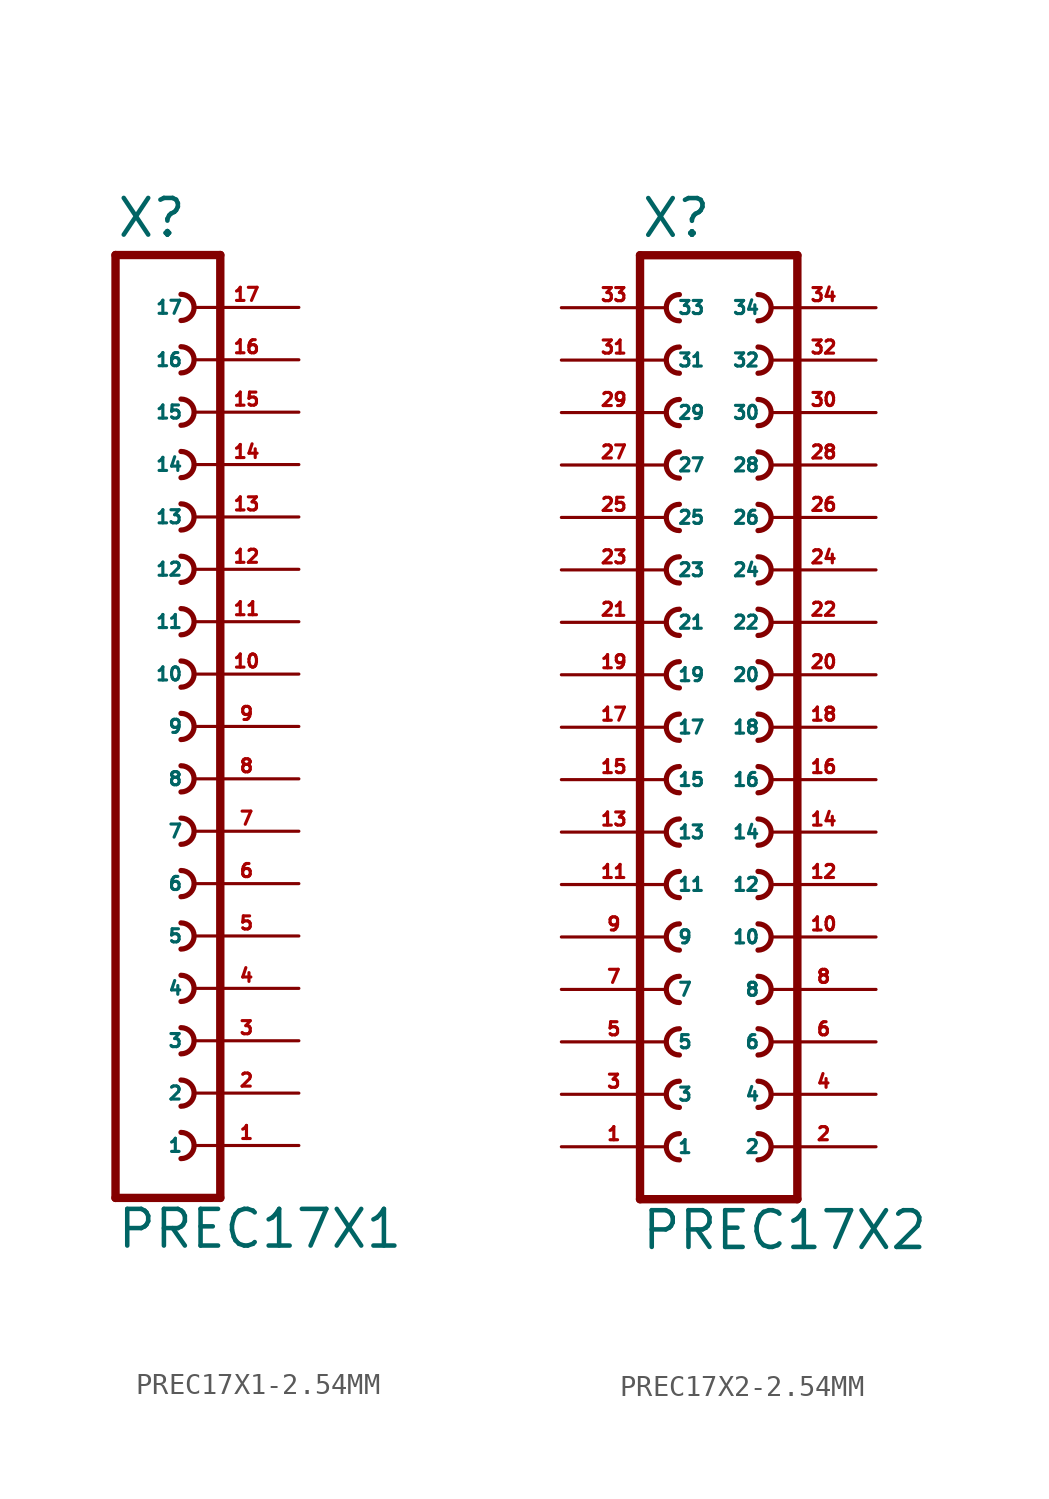
<source format=kicad_sym>
(kicad_symbol_lib
  (version 20220914)
  (generator Eagle2Kicad)
  (symbol "PREC17X1-2.54MM"
    (property "Reference" "X"
      (at -1.27 23.622 0)
      (effects (font (size 1.778 1.778) (thickness 0.22)) (justify left bottom)))
    (property "Value" "PREC17X1"
      (at -1.27 -25.4 0)
      (effects (font (size 1.778 1.778) (thickness 0.22)) (justify left bottom)))
    (polyline
      (pts (xy 3.81 -22.86) (xy -1.27 -22.86))
      (stroke (width 0.406) (type default))
      (fill (type none)))
    (arc
      (start 1.905 -13.335)
      (mid 2.540 -12.700)
      (end 1.905 -12.065)
      (stroke (width 0.254) (type default))
      (fill (type none)))
    (arc
      (start 1.905 -15.875)
      (mid 2.540 -15.240)
      (end 1.905 -14.605)
      (stroke (width 0.254) (type default))
      (fill (type none)))
    (arc
      (start 1.905 -18.415)
      (mid 2.540 -17.780)
      (end 1.905 -17.145)
      (stroke (width 0.254) (type default))
      (fill (type none)))
    (arc
      (start 1.905 -8.255)
      (mid 2.540 -7.620)
      (end 1.905 -6.985)
      (stroke (width 0.254) (type default))
      (fill (type none)))
    (arc
      (start 1.905 -10.795)
      (mid 2.540 -10.160)
      (end 1.905 -9.525)
      (stroke (width 0.254) (type default))
      (fill (type none)))
    (arc
      (start 1.905 -0.635)
      (mid 2.540 0.000)
      (end 1.905 0.635)
      (stroke (width 0.254) (type default))
      (fill (type none)))
    (arc
      (start 1.905 -3.175)
      (mid 2.540 -2.540)
      (end 1.905 -1.905)
      (stroke (width 0.254) (type default))
      (fill (type none)))
    (arc
      (start 1.905 -5.715)
      (mid 2.540 -5.080)
      (end 1.905 -4.445)
      (stroke (width 0.254) (type default))
      (fill (type none)))
    (arc
      (start 1.905 4.445)
      (mid 2.540 5.080)
      (end 1.905 5.715)
      (stroke (width 0.254) (type default))
      (fill (type none)))
    (arc
      (start 1.905 1.905)
      (mid 2.540 2.540)
      (end 1.905 3.175)
      (stroke (width 0.254) (type default))
      (fill (type none)))
    (arc
      (start 1.905 12.065)
      (mid 2.540 12.700)
      (end 1.905 13.335)
      (stroke (width 0.254) (type default))
      (fill (type none)))
    (arc
      (start 1.905 9.525)
      (mid 2.540 10.160)
      (end 1.905 10.795)
      (stroke (width 0.254) (type default))
      (fill (type none)))
    (arc
      (start 1.905 6.985)
      (mid 2.540 7.620)
      (end 1.905 8.255)
      (stroke (width 0.254) (type default))
      (fill (type none)))
    (arc
      (start 1.905 17.145)
      (mid 2.540 17.780)
      (end 1.905 18.415)
      (stroke (width 0.254) (type default))
      (fill (type none)))
    (arc
      (start 1.905 14.605)
      (mid 2.540 15.240)
      (end 1.905 15.875)
      (stroke (width 0.254) (type default))
      (fill (type none)))
    (polyline
      (pts (xy -1.27 22.86) (xy -1.27 -22.86))
      (stroke (width 0.406) (type default))
      (fill (type none)))
    (polyline
      (pts (xy 3.81 -22.86) (xy 3.81 22.86))
      (stroke (width 0.406) (type default))
      (fill (type none)))
    (polyline
      (pts (xy -1.27 22.86) (xy 3.81 22.86))
      (stroke (width 0.406) (type default))
      (fill (type none)))
    (arc
      (start 1.905 19.685)
      (mid 2.540 20.320)
      (end 1.905 20.955)
      (stroke (width 0.254) (type default))
      (fill (type none)))
    (arc
      (start 1.905 -20.955)
      (mid 2.540 -20.320)
      (end 1.905 -19.685)
      (stroke (width 0.254) (type default))
      (fill (type none)))
    (pin passive line
      (at 7.62 -20.32 180)
      (length 5.08)
      (name "1" (effects (font (size 0.635 0.635) (thickness 0.08)) (justify left bottom)))
      (number "1" (effects (font (size 0.635 0.635) (thickness 0.08)) (justify left bottom))))
    (pin passive line
      (at 7.62 -17.78 180)
      (length 5.08)
      (name "2" (effects (font (size 0.635 0.635) (thickness 0.08)) (justify left bottom)))
      (number "2" (effects (font (size 0.635 0.635) (thickness 0.08)) (justify left bottom))))
    (pin passive line
      (at 7.62 -15.24 180)
      (length 5.08)
      (name "3" (effects (font (size 0.635 0.635) (thickness 0.08)) (justify left bottom)))
      (number "3" (effects (font (size 0.635 0.635) (thickness 0.08)) (justify left bottom))))
    (pin passive line
      (at 7.62 -12.7 180)
      (length 5.08)
      (name "4" (effects (font (size 0.635 0.635) (thickness 0.08)) (justify left bottom)))
      (number "4" (effects (font (size 0.635 0.635) (thickness 0.08)) (justify left bottom))))
    (pin passive line
      (at 7.62 -10.16 180)
      (length 5.08)
      (name "5" (effects (font (size 0.635 0.635) (thickness 0.08)) (justify left bottom)))
      (number "5" (effects (font (size 0.635 0.635) (thickness 0.08)) (justify left bottom))))
    (pin passive line
      (at 7.62 -7.62 180)
      (length 5.08)
      (name "6" (effects (font (size 0.635 0.635) (thickness 0.08)) (justify left bottom)))
      (number "6" (effects (font (size 0.635 0.635) (thickness 0.08)) (justify left bottom))))
    (pin passive line
      (at 7.62 -5.08 180)
      (length 5.08)
      (name "7" (effects (font (size 0.635 0.635) (thickness 0.08)) (justify left bottom)))
      (number "7" (effects (font (size 0.635 0.635) (thickness 0.08)) (justify left bottom))))
    (pin passive line
      (at 7.62 -2.54 180)
      (length 5.08)
      (name "8" (effects (font (size 0.635 0.635) (thickness 0.08)) (justify left bottom)))
      (number "8" (effects (font (size 0.635 0.635) (thickness 0.08)) (justify left bottom))))
    (pin passive line
      (at 7.62 0 180)
      (length 5.08)
      (name "9" (effects (font (size 0.635 0.635) (thickness 0.08)) (justify left bottom)))
      (number "9" (effects (font (size 0.635 0.635) (thickness 0.08)) (justify left bottom))))
    (pin passive line
      (at 7.62 2.54 180)
      (length 5.08)
      (name "10" (effects (font (size 0.635 0.635) (thickness 0.08)) (justify left bottom)))
      (number "10" (effects (font (size 0.635 0.635) (thickness 0.08)) (justify left bottom))))
    (pin passive line
      (at 7.62 5.08 180)
      (length 5.08)
      (name "11" (effects (font (size 0.635 0.635) (thickness 0.08)) (justify left bottom)))
      (number "11" (effects (font (size 0.635 0.635) (thickness 0.08)) (justify left bottom))))
    (pin passive line
      (at 7.62 7.62 180)
      (length 5.08)
      (name "12" (effects (font (size 0.635 0.635) (thickness 0.08)) (justify left bottom)))
      (number "12" (effects (font (size 0.635 0.635) (thickness 0.08)) (justify left bottom))))
    (pin passive line
      (at 7.62 10.16 180)
      (length 5.08)
      (name "13" (effects (font (size 0.635 0.635) (thickness 0.08)) (justify left bottom)))
      (number "13" (effects (font (size 0.635 0.635) (thickness 0.08)) (justify left bottom))))
    (pin passive line
      (at 7.62 12.7 180)
      (length 5.08)
      (name "14" (effects (font (size 0.635 0.635) (thickness 0.08)) (justify left bottom)))
      (number "14" (effects (font (size 0.635 0.635) (thickness 0.08)) (justify left bottom))))
    (pin passive line
      (at 7.62 15.24 180)
      (length 5.08)
      (name "15" (effects (font (size 0.635 0.635) (thickness 0.08)) (justify left bottom)))
      (number "15" (effects (font (size 0.635 0.635) (thickness 0.08)) (justify left bottom))))
    (pin passive line
      (at 7.62 17.78 180)
      (length 5.08)
      (name "16" (effects (font (size 0.635 0.635) (thickness 0.08)) (justify left bottom)))
      (number "16" (effects (font (size 0.635 0.635) (thickness 0.08)) (justify left bottom))))
    (pin passive line
      (at 7.62 20.32 180)
      (length 5.08)
      (name "17" (effects (font (size 0.635 0.635) (thickness 0.08)) (justify left bottom)))
      (number "17" (effects (font (size 0.635 0.635) (thickness 0.08)) (justify left bottom)))))
  (symbol "PREC17X2-2.54MM"
    (property "Reference" "X"
      (at -3.81 23.622 0)
      (effects (font (size 1.778 1.778) (thickness 0.22)) (justify left bottom)))
    (property "Value" "PREC17X2"
      (at -3.81 -25.4 0)
      (effects (font (size 1.778 1.778) (thickness 0.22)) (justify left bottom)))
    (polyline
      (pts (xy 3.81 -22.86) (xy -3.81 -22.86))
      (stroke (width 0.406) (type default))
      (fill (type none)))
    (arc
      (start -1.905 -14.605)
      (mid -2.540 -15.240)
      (end -1.905 -15.875)
      (stroke (width 0.254) (type default))
      (fill (type none)))
    (arc
      (start -1.905 -17.145)
      (mid -2.540 -17.780)
      (end -1.905 -18.415)
      (stroke (width 0.254) (type default))
      (fill (type none)))
    (arc
      (start -1.905 -19.685)
      (mid -2.540 -20.320)
      (end -1.905 -20.955)
      (stroke (width 0.254) (type default))
      (fill (type none)))
    (arc
      (start 1.905 -15.875)
      (mid 2.540 -15.240)
      (end 1.905 -14.605)
      (stroke (width 0.254) (type default))
      (fill (type none)))
    (arc
      (start 1.905 -18.415)
      (mid 2.540 -17.780)
      (end 1.905 -17.145)
      (stroke (width 0.254) (type default))
      (fill (type none)))
    (arc
      (start 1.905 -20.955)
      (mid 2.540 -20.320)
      (end 1.905 -19.685)
      (stroke (width 0.254) (type default))
      (fill (type none)))
    (arc
      (start -1.905 -9.525)
      (mid -2.540 -10.160)
      (end -1.905 -10.795)
      (stroke (width 0.254) (type default))
      (fill (type none)))
    (arc
      (start -1.905 -12.065)
      (mid -2.540 -12.700)
      (end -1.905 -13.335)
      (stroke (width 0.254) (type default))
      (fill (type none)))
    (arc
      (start 1.905 -10.795)
      (mid 2.540 -10.160)
      (end 1.905 -9.525)
      (stroke (width 0.254) (type default))
      (fill (type none)))
    (arc
      (start 1.905 -13.335)
      (mid 2.540 -12.700)
      (end 1.905 -12.065)
      (stroke (width 0.254) (type default))
      (fill (type none)))
    (arc
      (start -1.905 -1.905)
      (mid -2.540 -2.540)
      (end -1.905 -3.175)
      (stroke (width 0.254) (type default))
      (fill (type none)))
    (arc
      (start -1.905 -4.445)
      (mid -2.540 -5.080)
      (end -1.905 -5.715)
      (stroke (width 0.254) (type default))
      (fill (type none)))
    (arc
      (start -1.905 -6.985)
      (mid -2.540 -7.620)
      (end -1.905 -8.255)
      (stroke (width 0.254) (type default))
      (fill (type none)))
    (arc
      (start 1.905 -3.175)
      (mid 2.540 -2.540)
      (end 1.905 -1.905)
      (stroke (width 0.254) (type default))
      (fill (type none)))
    (arc
      (start 1.905 -5.715)
      (mid 2.540 -5.080)
      (end 1.905 -4.445)
      (stroke (width 0.254) (type default))
      (fill (type none)))
    (arc
      (start 1.905 -8.255)
      (mid 2.540 -7.620)
      (end 1.905 -6.985)
      (stroke (width 0.254) (type default))
      (fill (type none)))
    (arc
      (start -1.905 3.175)
      (mid -2.540 2.540)
      (end -1.905 1.905)
      (stroke (width 0.254) (type default))
      (fill (type none)))
    (arc
      (start -1.905 0.635)
      (mid -2.540 0.000)
      (end -1.905 -0.635)
      (stroke (width 0.254) (type default))
      (fill (type none)))
    (arc
      (start 1.905 1.905)
      (mid 2.540 2.540)
      (end 1.905 3.175)
      (stroke (width 0.254) (type default))
      (fill (type none)))
    (arc
      (start 1.905 -0.635)
      (mid 2.540 0.000)
      (end 1.905 0.635)
      (stroke (width 0.254) (type default))
      (fill (type none)))
    (arc
      (start -1.905 10.795)
      (mid -2.540 10.160)
      (end -1.905 9.525)
      (stroke (width 0.254) (type default))
      (fill (type none)))
    (arc
      (start -1.905 8.255)
      (mid -2.540 7.620)
      (end -1.905 6.985)
      (stroke (width 0.254) (type default))
      (fill (type none)))
    (arc
      (start -1.905 5.715)
      (mid -2.540 5.080)
      (end -1.905 4.445)
      (stroke (width 0.254) (type default))
      (fill (type none)))
    (arc
      (start 1.905 9.525)
      (mid 2.540 10.160)
      (end 1.905 10.795)
      (stroke (width 0.254) (type default))
      (fill (type none)))
    (arc
      (start 1.905 6.985)
      (mid 2.540 7.620)
      (end 1.905 8.255)
      (stroke (width 0.254) (type default))
      (fill (type none)))
    (arc
      (start 1.905 4.445)
      (mid 2.540 5.080)
      (end 1.905 5.715)
      (stroke (width 0.254) (type default))
      (fill (type none)))
    (arc
      (start -1.905 15.875)
      (mid -2.540 15.240)
      (end -1.905 14.605)
      (stroke (width 0.254) (type default))
      (fill (type none)))
    (arc
      (start -1.905 13.335)
      (mid -2.540 12.700)
      (end -1.905 12.065)
      (stroke (width 0.254) (type default))
      (fill (type none)))
    (arc
      (start 1.905 14.605)
      (mid 2.540 15.240)
      (end 1.905 15.875)
      (stroke (width 0.254) (type default))
      (fill (type none)))
    (arc
      (start 1.905 12.065)
      (mid 2.540 12.700)
      (end 1.905 13.335)
      (stroke (width 0.254) (type default))
      (fill (type none)))
    (arc
      (start -1.905 20.955)
      (mid -2.540 20.320)
      (end -1.905 19.685)
      (stroke (width 0.254) (type default))
      (fill (type none)))
    (arc
      (start -1.905 18.415)
      (mid -2.540 17.780)
      (end -1.905 17.145)
      (stroke (width 0.254) (type default))
      (fill (type none)))
    (arc
      (start 1.905 19.685)
      (mid 2.540 20.320)
      (end 1.905 20.955)
      (stroke (width 0.254) (type default))
      (fill (type none)))
    (arc
      (start 1.905 17.145)
      (mid 2.540 17.780)
      (end 1.905 18.415)
      (stroke (width 0.254) (type default))
      (fill (type none)))
    (polyline
      (pts (xy -3.81 22.86) (xy -3.81 -22.86))
      (stroke (width 0.406) (type default))
      (fill (type none)))
    (polyline
      (pts (xy 3.81 -22.86) (xy 3.81 22.86))
      (stroke (width 0.406) (type default))
      (fill (type none)))
    (polyline
      (pts (xy -3.81 22.86) (xy 3.81 22.86))
      (stroke (width 0.406) (type default))
      (fill (type none)))
    (pin passive line
      (at -7.62 -20.32 0)
      (length 5.08)
      (name "1" (effects (font (size 0.635 0.635) (thickness 0.08)) (justify left bottom)))
      (number "1" (effects (font (size 0.635 0.635) (thickness 0.08)) (justify left bottom))))
    (pin passive line
      (at -7.62 -17.78 0)
      (length 5.08)
      (name "3" (effects (font (size 0.635 0.635) (thickness 0.08)) (justify left bottom)))
      (number "3" (effects (font (size 0.635 0.635) (thickness 0.08)) (justify left bottom))))
    (pin passive line
      (at -7.62 -15.24 0)
      (length 5.08)
      (name "5" (effects (font (size 0.635 0.635) (thickness 0.08)) (justify left bottom)))
      (number "5" (effects (font (size 0.635 0.635) (thickness 0.08)) (justify left bottom))))
    (pin passive line
      (at 7.62 -20.32 180)
      (length 5.08)
      (name "2" (effects (font (size 0.635 0.635) (thickness 0.08)) (justify left bottom)))
      (number "2" (effects (font (size 0.635 0.635) (thickness 0.08)) (justify left bottom))))
    (pin passive line
      (at 7.62 -17.78 180)
      (length 5.08)
      (name "4" (effects (font (size 0.635 0.635) (thickness 0.08)) (justify left bottom)))
      (number "4" (effects (font (size 0.635 0.635) (thickness 0.08)) (justify left bottom))))
    (pin passive line
      (at 7.62 -15.24 180)
      (length 5.08)
      (name "6" (effects (font (size 0.635 0.635) (thickness 0.08)) (justify left bottom)))
      (number "6" (effects (font (size 0.635 0.635) (thickness 0.08)) (justify left bottom))))
    (pin passive line
      (at -7.62 -12.7 0)
      (length 5.08)
      (name "7" (effects (font (size 0.635 0.635) (thickness 0.08)) (justify left bottom)))
      (number "7" (effects (font (size 0.635 0.635) (thickness 0.08)) (justify left bottom))))
    (pin passive line
      (at -7.62 -10.16 0)
      (length 5.08)
      (name "9" (effects (font (size 0.635 0.635) (thickness 0.08)) (justify left bottom)))
      (number "9" (effects (font (size 0.635 0.635) (thickness 0.08)) (justify left bottom))))
    (pin passive line
      (at 7.62 -12.7 180)
      (length 5.08)
      (name "8" (effects (font (size 0.635 0.635) (thickness 0.08)) (justify left bottom)))
      (number "8" (effects (font (size 0.635 0.635) (thickness 0.08)) (justify left bottom))))
    (pin passive line
      (at 7.62 -10.16 180)
      (length 5.08)
      (name "10" (effects (font (size 0.635 0.635) (thickness 0.08)) (justify left bottom)))
      (number "10" (effects (font (size 0.635 0.635) (thickness 0.08)) (justify left bottom))))
    (pin passive line
      (at -7.62 -7.62 0)
      (length 5.08)
      (name "11" (effects (font (size 0.635 0.635) (thickness 0.08)) (justify left bottom)))
      (number "11" (effects (font (size 0.635 0.635) (thickness 0.08)) (justify left bottom))))
    (pin passive line
      (at -7.62 -5.08 0)
      (length 5.08)
      (name "13" (effects (font (size 0.635 0.635) (thickness 0.08)) (justify left bottom)))
      (number "13" (effects (font (size 0.635 0.635) (thickness 0.08)) (justify left bottom))))
    (pin passive line
      (at -7.62 -2.54 0)
      (length 5.08)
      (name "15" (effects (font (size 0.635 0.635) (thickness 0.08)) (justify left bottom)))
      (number "15" (effects (font (size 0.635 0.635) (thickness 0.08)) (justify left bottom))))
    (pin passive line
      (at 7.62 -7.62 180)
      (length 5.08)
      (name "12" (effects (font (size 0.635 0.635) (thickness 0.08)) (justify left bottom)))
      (number "12" (effects (font (size 0.635 0.635) (thickness 0.08)) (justify left bottom))))
    (pin passive line
      (at 7.62 -5.08 180)
      (length 5.08)
      (name "14" (effects (font (size 0.635 0.635) (thickness 0.08)) (justify left bottom)))
      (number "14" (effects (font (size 0.635 0.635) (thickness 0.08)) (justify left bottom))))
    (pin passive line
      (at 7.62 -2.54 180)
      (length 5.08)
      (name "16" (effects (font (size 0.635 0.635) (thickness 0.08)) (justify left bottom)))
      (number "16" (effects (font (size 0.635 0.635) (thickness 0.08)) (justify left bottom))))
    (pin passive line
      (at -7.62 0 0)
      (length 5.08)
      (name "17" (effects (font (size 0.635 0.635) (thickness 0.08)) (justify left bottom)))
      (number "17" (effects (font (size 0.635 0.635) (thickness 0.08)) (justify left bottom))))
    (pin passive line
      (at -7.62 2.54 0)
      (length 5.08)
      (name "19" (effects (font (size 0.635 0.635) (thickness 0.08)) (justify left bottom)))
      (number "19" (effects (font (size 0.635 0.635) (thickness 0.08)) (justify left bottom))))
    (pin passive line
      (at 7.62 0 180)
      (length 5.08)
      (name "18" (effects (font (size 0.635 0.635) (thickness 0.08)) (justify left bottom)))
      (number "18" (effects (font (size 0.635 0.635) (thickness 0.08)) (justify left bottom))))
    (pin passive line
      (at 7.62 2.54 180)
      (length 5.08)
      (name "20" (effects (font (size 0.635 0.635) (thickness 0.08)) (justify left bottom)))
      (number "20" (effects (font (size 0.635 0.635) (thickness 0.08)) (justify left bottom))))
    (pin passive line
      (at -7.62 5.08 0)
      (length 5.08)
      (name "21" (effects (font (size 0.635 0.635) (thickness 0.08)) (justify left bottom)))
      (number "21" (effects (font (size 0.635 0.635) (thickness 0.08)) (justify left bottom))))
    (pin passive line
      (at -7.62 7.62 0)
      (length 5.08)
      (name "23" (effects (font (size 0.635 0.635) (thickness 0.08)) (justify left bottom)))
      (number "23" (effects (font (size 0.635 0.635) (thickness 0.08)) (justify left bottom))))
    (pin passive line
      (at -7.62 10.16 0)
      (length 5.08)
      (name "25" (effects (font (size 0.635 0.635) (thickness 0.08)) (justify left bottom)))
      (number "25" (effects (font (size 0.635 0.635) (thickness 0.08)) (justify left bottom))))
    (pin passive line
      (at 7.62 5.08 180)
      (length 5.08)
      (name "22" (effects (font (size 0.635 0.635) (thickness 0.08)) (justify left bottom)))
      (number "22" (effects (font (size 0.635 0.635) (thickness 0.08)) (justify left bottom))))
    (pin passive line
      (at 7.62 7.62 180)
      (length 5.08)
      (name "24" (effects (font (size 0.635 0.635) (thickness 0.08)) (justify left bottom)))
      (number "24" (effects (font (size 0.635 0.635) (thickness 0.08)) (justify left bottom))))
    (pin passive line
      (at 7.62 10.16 180)
      (length 5.08)
      (name "26" (effects (font (size 0.635 0.635) (thickness 0.08)) (justify left bottom)))
      (number "26" (effects (font (size 0.635 0.635) (thickness 0.08)) (justify left bottom))))
    (pin passive line
      (at -7.62 12.7 0)
      (length 5.08)
      (name "27" (effects (font (size 0.635 0.635) (thickness 0.08)) (justify left bottom)))
      (number "27" (effects (font (size 0.635 0.635) (thickness 0.08)) (justify left bottom))))
    (pin passive line
      (at -7.62 15.24 0)
      (length 5.08)
      (name "29" (effects (font (size 0.635 0.635) (thickness 0.08)) (justify left bottom)))
      (number "29" (effects (font (size 0.635 0.635) (thickness 0.08)) (justify left bottom))))
    (pin passive line
      (at 7.62 12.7 180)
      (length 5.08)
      (name "28" (effects (font (size 0.635 0.635) (thickness 0.08)) (justify left bottom)))
      (number "28" (effects (font (size 0.635 0.635) (thickness 0.08)) (justify left bottom))))
    (pin passive line
      (at 7.62 15.24 180)
      (length 5.08)
      (name "30" (effects (font (size 0.635 0.635) (thickness 0.08)) (justify left bottom)))
      (number "30" (effects (font (size 0.635 0.635) (thickness 0.08)) (justify left bottom))))
    (pin passive line
      (at -7.62 17.78 0)
      (length 5.08)
      (name "31" (effects (font (size 0.635 0.635) (thickness 0.08)) (justify left bottom)))
      (number "31" (effects (font (size 0.635 0.635) (thickness 0.08)) (justify left bottom))))
    (pin passive line
      (at -7.62 20.32 0)
      (length 5.08)
      (name "33" (effects (font (size 0.635 0.635) (thickness 0.08)) (justify left bottom)))
      (number "33" (effects (font (size 0.635 0.635) (thickness 0.08)) (justify left bottom))))
    (pin passive line
      (at 7.62 17.78 180)
      (length 5.08)
      (name "32" (effects (font (size 0.635 0.635) (thickness 0.08)) (justify left bottom)))
      (number "32" (effects (font (size 0.635 0.635) (thickness 0.08)) (justify left bottom))))
    (pin passive line
      (at 7.62 20.32 180)
      (length 5.08)
      (name "34" (effects (font (size 0.635 0.635) (thickness 0.08)) (justify left bottom)))
      (number "34" (effects (font (size 0.635 0.635) (thickness 0.08)) (justify left bottom))))))
</source>
